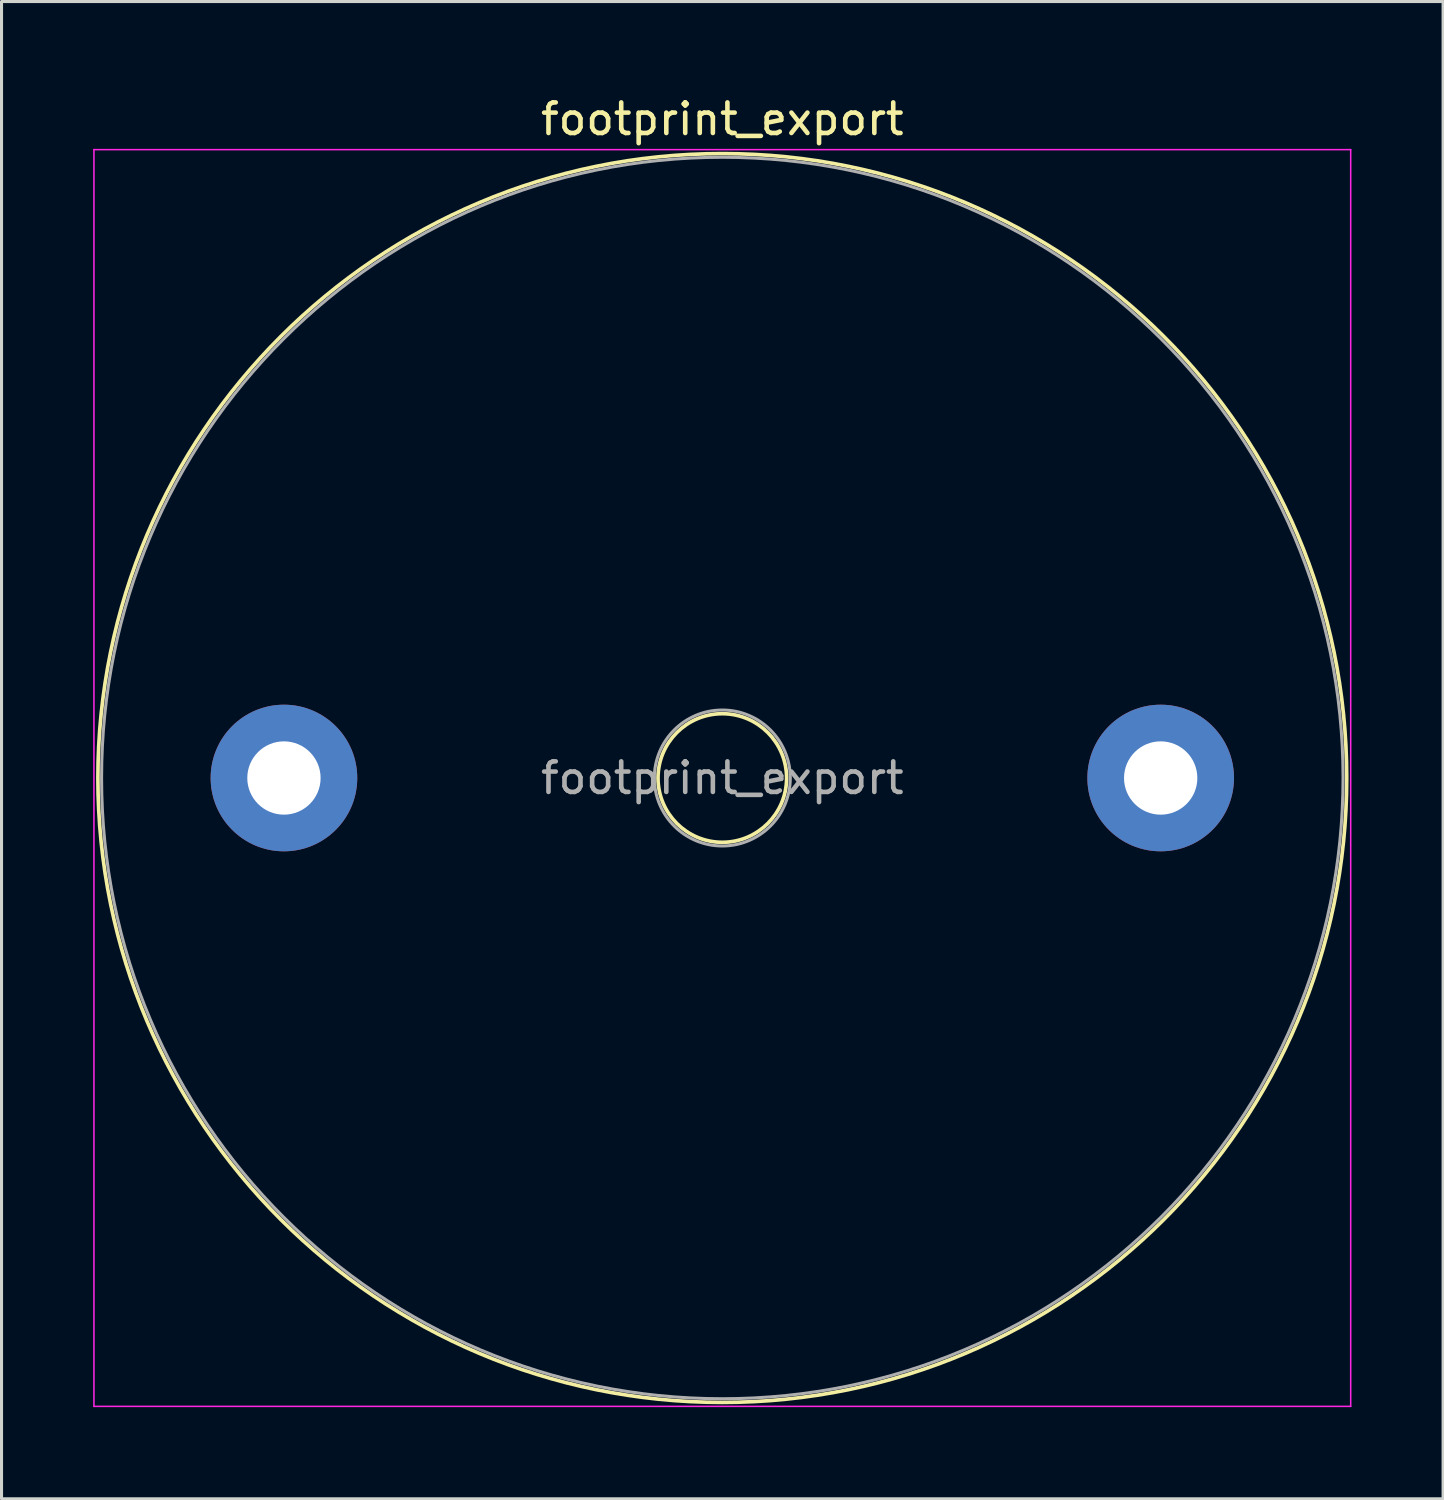
<source format=kicad_pcb>
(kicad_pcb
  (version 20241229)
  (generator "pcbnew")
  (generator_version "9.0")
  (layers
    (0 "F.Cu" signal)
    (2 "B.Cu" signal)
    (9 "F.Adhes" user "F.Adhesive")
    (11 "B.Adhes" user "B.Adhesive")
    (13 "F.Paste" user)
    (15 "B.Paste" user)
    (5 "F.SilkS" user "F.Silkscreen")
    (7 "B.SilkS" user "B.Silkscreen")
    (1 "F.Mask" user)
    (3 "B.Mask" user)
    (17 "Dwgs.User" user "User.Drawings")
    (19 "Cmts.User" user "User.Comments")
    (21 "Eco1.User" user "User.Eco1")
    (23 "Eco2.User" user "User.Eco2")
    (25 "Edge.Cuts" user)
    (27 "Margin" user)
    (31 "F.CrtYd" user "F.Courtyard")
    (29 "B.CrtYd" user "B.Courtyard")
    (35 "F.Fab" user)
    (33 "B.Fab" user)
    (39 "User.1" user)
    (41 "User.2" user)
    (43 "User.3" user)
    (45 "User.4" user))
  (footprint "footprint_export"
    (layer "F.Cu")
    (at 6.245 22.418)
    (property "Reference" "footprint_export" (at 14.35 -21.57 0) (layer "F.SilkS") (effects (font (size 1 1) (thickness 0.15))))
    (attr through_hole)
    (fp_circle (center 14.35 0) (end 16.455 0) (stroke (width 0.12) (type solid)) (fill no) (layer "F.SilkS"))
    (fp_circle (center 14.35 0) (end 34.79 0) (stroke (width 0.12) (type solid)) (fill no) (layer "F.SilkS"))
    (fp_line (start -6.22 -20.57) (end -6.22 20.57) (stroke (width 0.05) (type solid)) (layer "F.CrtYd"))
    (fp_line (start -6.22 20.57) (end 34.92 20.57) (stroke (width 0.05) (type solid)) (layer "F.CrtYd"))
    (fp_line (start 34.92 -20.57) (end -6.22 -20.57) (stroke (width 0.05) (type solid)) (layer "F.CrtYd"))
    (fp_line (start 34.92 20.57) (end 34.92 -20.57) (stroke (width 0.05) (type solid)) (layer "F.CrtYd"))
    (fp_circle (center 14.35 0) (end 16.575 0) (stroke (width 0.1) (type solid)) (fill no) (layer "F.Fab"))
    (fp_circle (center 14.35 0) (end 34.67 0) (stroke (width 0.1) (type solid)) (fill no) (layer "F.Fab"))
    (fp_text user "${REFERENCE}" (at 14.35 0 0) (layer "F.Fab") (effects (font (size 1 1) (thickness 0.15))))
    (pad "1" thru_hole circle (at 0 0) (size 4.8 4.8) (drill 2.4) (layers "*.Cu" "*.Mask"))
    (pad "2" thru_hole circle (at 28.7 0) (size 4.8 4.8) (drill 2.4) (layers "*.Cu" "*.Mask")))
  (gr_rect
    (start -3 -3)
    (end 44.19 46.013)
    (stroke (width 0.1) (type default))
    (fill no)
    (layer "Edge.Cuts")))
</source>
